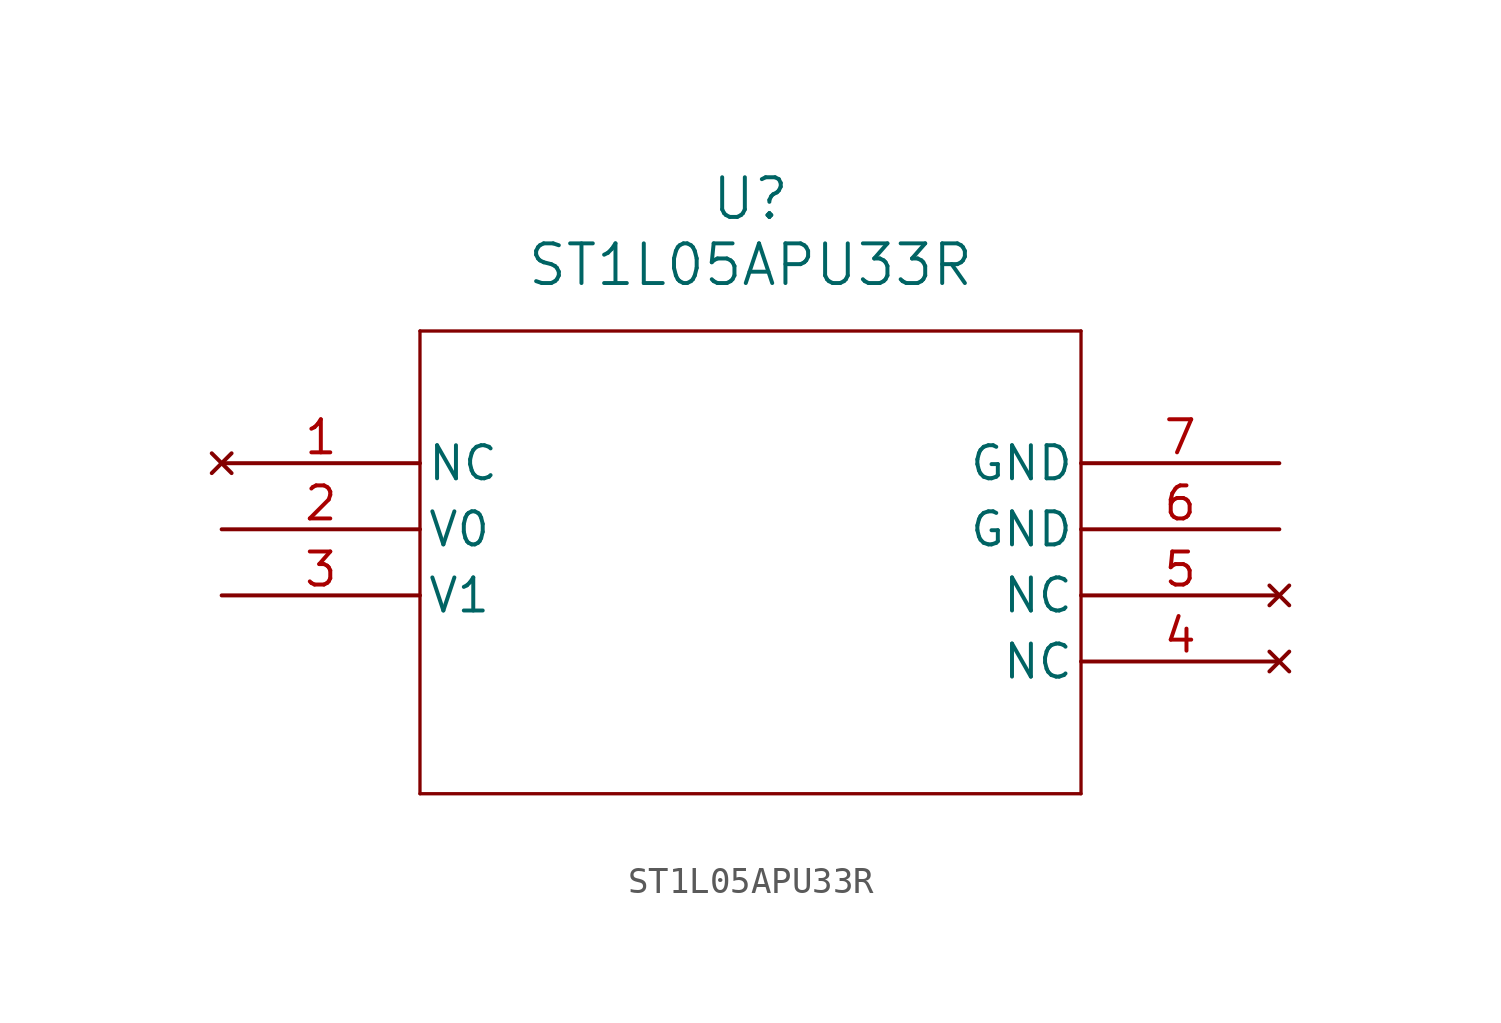
<source format=kicad_sym>
(kicad_symbol_lib
  (version 20241209)
  (generator "kicad_symbol_editor")
  (generator_version "9.0")
  (symbol "ST1L05APU33R"
    (pin_names
      (offset 0.254))
    (property "Reference" "U"
      (at 20.32 10.16 0)
      (effects (font (size 1.524 1.524))))
    (property "Value" "ST1L05APU33R"
      (at 20.32 7.62 0)
      (effects (font (size 1.524 1.524))))
    (symbol "ST1L05APU33R_0_1"
      (polyline (pts (xy 7.62 5.08) (xy 7.62 -12.7)) (stroke (width 0.127) (type default)) (fill (type none)))
      (polyline (pts (xy 7.62 -12.7) (xy 33.02 -12.7)) (stroke (width 0.127) (type default)) (fill (type none)))
      (polyline (pts (xy 33.02 5.08) (xy 7.62 5.08)) (stroke (width 0.127) (type default)) (fill (type none)))
      (polyline (pts (xy 33.02 -12.7) (xy 33.02 5.08)) (stroke (width 0.127) (type default)) (fill (type none)))
      (pin no_connect line (at 0 0 0) (length 7.62) (name "NC" (effects (font (size 1.27 1.27)))) (number "1" (effects (font (size 1.27 1.27)))))
      (pin passive line (at 0 -2.54 0) (length 7.62) (name "V0" (effects (font (size 1.27 1.27)))) (number "2" (effects (font (size 1.27 1.27)))))
      (pin passive line (at 0 -5.08 0) (length 7.62) (name "V1" (effects (font (size 1.27 1.27)))) (number "3" (effects (font (size 1.27 1.27)))))
      (pin passive line (at 40.64 0 180) (length 7.62) (name "GND" (effects (font (size 1.27 1.27)))) (number "7" (effects (font (size 1.27 1.27)))))
      (pin passive line (at 40.64 -2.54 180) (length 7.62) (name "GND" (effects (font (size 1.27 1.27)))) (number "6" (effects (font (size 1.27 1.27)))))
      (pin no_connect line (at 40.64 -5.08 180) (length 7.62) (name "NC" (effects (font (size 1.27 1.27)))) (number "5" (effects (font (size 1.27 1.27)))))
      (pin no_connect line (at 40.64 -7.62 180) (length 7.62) (name "NC" (effects (font (size 1.27 1.27)))) (number "4" (effects (font (size 1.27 1.27))))))))
</source>
